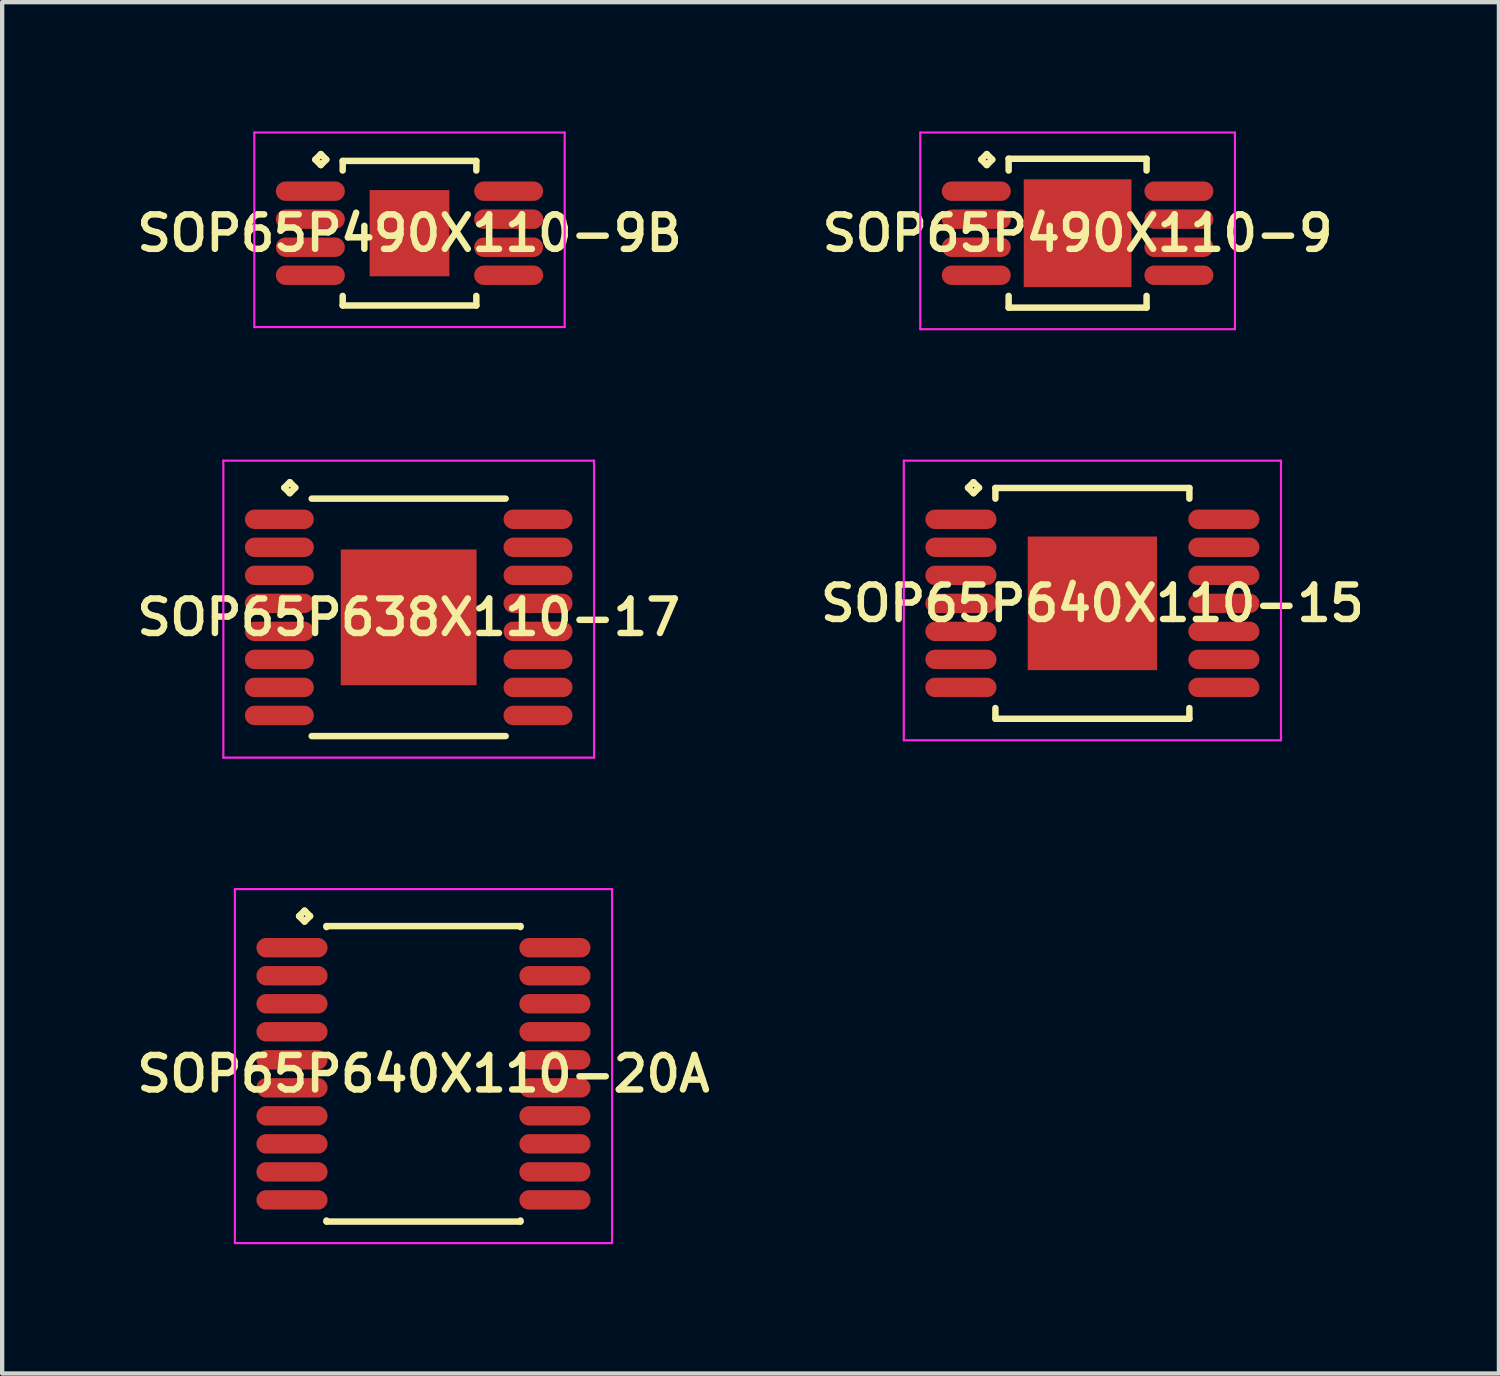
<source format=kicad_pcb>
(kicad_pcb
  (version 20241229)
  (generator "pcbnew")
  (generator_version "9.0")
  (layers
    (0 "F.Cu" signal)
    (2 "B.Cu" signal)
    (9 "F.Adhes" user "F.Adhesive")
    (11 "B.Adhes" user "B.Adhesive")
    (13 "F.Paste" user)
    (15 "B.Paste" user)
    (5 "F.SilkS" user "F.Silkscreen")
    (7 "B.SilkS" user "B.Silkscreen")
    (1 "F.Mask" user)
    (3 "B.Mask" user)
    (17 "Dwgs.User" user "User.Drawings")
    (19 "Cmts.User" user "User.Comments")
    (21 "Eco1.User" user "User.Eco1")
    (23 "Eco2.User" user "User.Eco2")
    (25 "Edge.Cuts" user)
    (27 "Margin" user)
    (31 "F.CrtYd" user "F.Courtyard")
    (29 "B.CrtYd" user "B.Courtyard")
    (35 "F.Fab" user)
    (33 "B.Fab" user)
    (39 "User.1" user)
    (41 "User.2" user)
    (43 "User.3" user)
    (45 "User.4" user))
  (footprint "SOP65P640X110-20A"
    (layer "F.Cu")
    (at 6.774 21.861)
    (property "Reference" "SOP65P640X110-20A" (at 0 0 0) (layer "F.SilkS") (effects (font (size 0.8 0.8) (thickness 0.15))))
    (attr smd)
    (fp_line (start -2.885 -3.658) (end -2.758 -3.785) (stroke (width 0.15) (type solid)) (layer "F.SilkS"))
    (fp_line (start -2.758 -3.785) (end -2.631 -3.658) (stroke (width 0.15) (type solid)) (layer "F.SilkS"))
    (fp_line (start -2.758 -3.531) (end -2.885 -3.658) (stroke (width 0.15) (type solid)) (layer "F.SilkS"))
    (fp_line (start -2.631 -3.658) (end -2.758 -3.531) (stroke (width 0.15) (type solid)) (layer "F.SilkS"))
    (fp_line (start -2.25 -3.427) (end 2.25 -3.427) (stroke (width 0.15) (type solid)) (layer "F.SilkS"))
    (fp_line (start -2.25 -3.404) (end -2.25 -3.427) (stroke (width 0.15) (type solid)) (layer "F.SilkS"))
    (fp_line (start -2.25 3.404) (end -2.25 3.427) (stroke (width 0.15) (type solid)) (layer "F.SilkS"))
    (fp_line (start -2.25 3.427) (end 2.25 3.427) (stroke (width 0.15) (type solid)) (layer "F.SilkS"))
    (fp_line (start 2.25 -3.427) (end 2.25 -3.404) (stroke (width 0.15) (type solid)) (layer "F.SilkS"))
    (fp_line (start 2.25 3.427) (end 2.25 3.404) (stroke (width 0.15) (type solid)) (layer "F.SilkS"))
    (fp_line (start -4.375 -4.285) (end 4.375 -4.285) (stroke (width 0.05) (type solid)) (layer "F.CrtYd"))
    (fp_line (start -4.375 3.927) (end -4.375 -4.285) (stroke (width 0.05) (type solid)) (layer "F.CrtYd"))
    (fp_line (start 4.375 -4.285) (end 4.375 3.927) (stroke (width 0.05) (type solid)) (layer "F.CrtYd"))
    (fp_line (start 4.375 3.927) (end -4.375 3.927) (stroke (width 0.05) (type solid)) (layer "F.CrtYd"))
    (pad "1" smd oval (at -3.05 -2.925) (size 1.65 0.45) (layers "F.Cu" "F.Mask" "F.Paste"))
    (pad "2" smd oval (at -3.05 -2.275) (size 1.65 0.45) (layers "F.Cu" "F.Mask" "F.Paste"))
    (pad "3" smd oval (at -3.05 -1.625) (size 1.65 0.45) (layers "F.Cu" "F.Mask" "F.Paste"))
    (pad "4" smd oval (at -3.05 -0.975) (size 1.65 0.45) (layers "F.Cu" "F.Mask" "F.Paste"))
    (pad "5" smd oval (at -3.05 -0.325) (size 1.65 0.45) (layers "F.Cu" "F.Mask" "F.Paste"))
    (pad "6" smd oval (at -3.05 0.325) (size 1.65 0.45) (layers "F.Cu" "F.Mask" "F.Paste"))
    (pad "7" smd oval (at -3.05 0.975) (size 1.65 0.45) (layers "F.Cu" "F.Mask" "F.Paste"))
    (pad "8" smd oval (at -3.05 1.625) (size 1.65 0.45) (layers "F.Cu" "F.Mask" "F.Paste"))
    (pad "9" smd oval (at -3.05 2.275) (size 1.65 0.45) (layers "F.Cu" "F.Mask" "F.Paste"))
    (pad "10" smd oval (at -3.05 2.925) (size 1.65 0.45) (layers "F.Cu" "F.Mask" "F.Paste"))
    (pad "11" smd oval (at 3.05 2.925) (size 1.65 0.45) (layers "F.Cu" "F.Mask" "F.Paste"))
    (pad "12" smd oval (at 3.05 2.275) (size 1.65 0.45) (layers "F.Cu" "F.Mask" "F.Paste"))
    (pad "13" smd oval (at 3.05 1.625) (size 1.65 0.45) (layers "F.Cu" "F.Mask" "F.Paste"))
    (pad "14" smd oval (at 3.05 0.975) (size 1.65 0.45) (layers "F.Cu" "F.Mask" "F.Paste"))
    (pad "15" smd oval (at 3.05 0.325) (size 1.65 0.45) (layers "F.Cu" "F.Mask" "F.Paste"))
    (pad "16" smd oval (at 3.05 -0.325) (size 1.65 0.45) (layers "F.Cu" "F.Mask" "F.Paste"))
    (pad "17" smd oval (at 3.05 -0.975) (size 1.65 0.45) (layers "F.Cu" "F.Mask" "F.Paste"))
    (pad "18" smd oval (at 3.05 -1.625) (size 1.65 0.45) (layers "F.Cu" "F.Mask" "F.Paste"))
    (pad "19" smd oval (at 3.05 -2.275) (size 1.65 0.45) (layers "F.Cu" "F.Mask" "F.Paste"))
    (pad "20" smd oval (at 3.05 -2.925) (size 1.65 0.45) (layers "F.Cu" "F.Mask" "F.Paste")))
  (footprint "SOP65P640X110-15"
    (layer "F.Cu")
    (at 22.292 10.947)
    (property "Reference" "SOP65P640X110-15" (at 0 0 0) (layer "F.SilkS") (effects (font (size 0.8 0.8) (thickness 0.15))))
    (attr smd)
    (fp_line (start -2.885 -2.683) (end -2.758 -2.81) (stroke (width 0.15) (type solid)) (layer "F.SilkS"))
    (fp_line (start -2.758 -2.81) (end -2.631 -2.683) (stroke (width 0.15) (type solid)) (layer "F.SilkS"))
    (fp_line (start -2.758 -2.556) (end -2.885 -2.683) (stroke (width 0.15) (type solid)) (layer "F.SilkS"))
    (fp_line (start -2.631 -2.683) (end -2.758 -2.556) (stroke (width 0.15) (type solid)) (layer "F.SilkS"))
    (fp_line (start -2.25 -2.677) (end 2.25 -2.677) (stroke (width 0.15) (type solid)) (layer "F.SilkS"))
    (fp_line (start -2.25 -2.429) (end -2.25 -2.677) (stroke (width 0.15) (type solid)) (layer "F.SilkS"))
    (fp_line (start -2.25 2.429) (end -2.25 2.677) (stroke (width 0.15) (type solid)) (layer "F.SilkS"))
    (fp_line (start -2.25 2.677) (end 2.25 2.677) (stroke (width 0.15) (type solid)) (layer "F.SilkS"))
    (fp_line (start 2.25 -2.677) (end 2.25 -2.429) (stroke (width 0.15) (type solid)) (layer "F.SilkS"))
    (fp_line (start 2.25 2.677) (end 2.25 2.429) (stroke (width 0.15) (type solid)) (layer "F.SilkS"))
    (fp_line (start -4.375 -3.31) (end 4.375 -3.31) (stroke (width 0.05) (type solid)) (layer "F.CrtYd"))
    (fp_line (start -4.375 3.177) (end -4.375 -3.31) (stroke (width 0.05) (type solid)) (layer "F.CrtYd"))
    (fp_line (start 4.375 -3.31) (end 4.375 3.177) (stroke (width 0.05) (type solid)) (layer "F.CrtYd"))
    (fp_line (start 4.375 3.177) (end -4.375 3.177) (stroke (width 0.05) (type solid)) (layer "F.CrtYd"))
    (pad "1" smd oval (at -3.05 -1.95) (size 1.65 0.45) (layers "F.Cu" "F.Mask" "F.Paste"))
    (pad "2" smd oval (at -3.05 -1.3) (size 1.65 0.45) (layers "F.Cu" "F.Mask" "F.Paste"))
    (pad "3" smd oval (at -3.05 -0.65) (size 1.65 0.45) (layers "F.Cu" "F.Mask" "F.Paste"))
    (pad "4" smd oval (at -3.05 0) (size 1.65 0.45) (layers "F.Cu" "F.Mask" "F.Paste"))
    (pad "5" smd oval (at -3.05 0.65) (size 1.65 0.45) (layers "F.Cu" "F.Mask" "F.Paste"))
    (pad "6" smd oval (at -3.05 1.3) (size 1.65 0.45) (layers "F.Cu" "F.Mask" "F.Paste"))
    (pad "7" smd oval (at -3.05 1.95) (size 1.65 0.45) (layers "F.Cu" "F.Mask" "F.Paste"))
    (pad "8" smd oval (at 3.05 1.95) (size 1.65 0.45) (layers "F.Cu" "F.Mask" "F.Paste"))
    (pad "9" smd oval (at 3.05 1.3) (size 1.65 0.45) (layers "F.Cu" "F.Mask" "F.Paste"))
    (pad "10" smd oval (at 3.05 0.65) (size 1.65 0.45) (layers "F.Cu" "F.Mask" "F.Paste"))
    (pad "11" smd oval (at 3.05 0) (size 1.65 0.45) (layers "F.Cu" "F.Mask" "F.Paste"))
    (pad "12" smd oval (at 3.05 -0.65) (size 1.65 0.45) (layers "F.Cu" "F.Mask" "F.Paste"))
    (pad "13" smd oval (at 3.05 -1.3) (size 1.65 0.45) (layers "F.Cu" "F.Mask" "F.Paste"))
    (pad "14" smd oval (at 3.05 -1.95) (size 1.65 0.45) (layers "F.Cu" "F.Mask" "F.Paste"))
    (pad "15" smd rect (at 0 0) (size 3 3.1) (layers "F.Cu" "F.Mask" "F.Paste")))
  (footprint "SOP65P638X110-17"
    (layer "F.Cu")
    (at 6.431 11.272)
    (property "Reference" "SOP65P638X110-17" (at 0 0 0) (layer "F.SilkS") (effects (font (size 0.8 0.8) (thickness 0.15))))
    (attr smd)
    (fp_line (start -2.885 -3.008) (end -2.758 -3.135) (stroke (width 0.15) (type solid)) (layer "F.SilkS"))
    (fp_line (start -2.758 -3.135) (end -2.631 -3.008) (stroke (width 0.15) (type solid)) (layer "F.SilkS"))
    (fp_line (start -2.758 -2.881) (end -2.885 -3.008) (stroke (width 0.15) (type solid)) (layer "F.SilkS"))
    (fp_line (start -2.631 -3.008) (end -2.758 -2.881) (stroke (width 0.15) (type solid)) (layer "F.SilkS"))
    (fp_line (start -2.25 -2.754) (end 2.25 -2.754) (stroke (width 0.15) (type solid)) (layer "F.SilkS"))
    (fp_line (start -2.25 2.754) (end 2.25 2.754) (stroke (width 0.15) (type solid)) (layer "F.SilkS"))
    (fp_line (start -4.3 -3.635) (end 4.3 -3.635) (stroke (width 0.05) (type solid)) (layer "F.CrtYd"))
    (fp_line (start -4.3 3.254) (end -4.3 -3.635) (stroke (width 0.05) (type solid)) (layer "F.CrtYd"))
    (fp_line (start 4.3 -3.635) (end 4.3 3.254) (stroke (width 0.05) (type solid)) (layer "F.CrtYd"))
    (fp_line (start 4.3 3.254) (end -4.3 3.254) (stroke (width 0.05) (type solid)) (layer "F.CrtYd"))
    (pad "1" smd oval (at -3 -2.275) (size 1.6 0.45) (layers "F.Cu" "F.Mask" "F.Paste"))
    (pad "2" smd oval (at -3 -1.625) (size 1.6 0.45) (layers "F.Cu" "F.Mask" "F.Paste"))
    (pad "3" smd oval (at -3 -0.975) (size 1.6 0.45) (layers "F.Cu" "F.Mask" "F.Paste"))
    (pad "4" smd oval (at -3 -0.325) (size 1.6 0.45) (layers "F.Cu" "F.Mask" "F.Paste"))
    (pad "5" smd oval (at -3 0.325) (size 1.6 0.45) (layers "F.Cu" "F.Mask" "F.Paste"))
    (pad "6" smd oval (at -3 0.975) (size 1.6 0.45) (layers "F.Cu" "F.Mask" "F.Paste"))
    (pad "7" smd oval (at -3 1.625) (size 1.6 0.45) (layers "F.Cu" "F.Mask" "F.Paste"))
    (pad "8" smd oval (at -3 2.275) (size 1.6 0.45) (layers "F.Cu" "F.Mask" "F.Paste"))
    (pad "9" smd oval (at 3 2.275) (size 1.6 0.45) (layers "F.Cu" "F.Mask" "F.Paste"))
    (pad "10" smd oval (at 3 1.625) (size 1.6 0.45) (layers "F.Cu" "F.Mask" "F.Paste"))
    (pad "11" smd oval (at 3 0.975) (size 1.6 0.45) (layers "F.Cu" "F.Mask" "F.Paste"))
    (pad "12" smd oval (at 3 0.325) (size 1.6 0.45) (layers "F.Cu" "F.Mask" "F.Paste"))
    (pad "13" smd oval (at 3 -0.325) (size 1.6 0.45) (layers "F.Cu" "F.Mask" "F.Paste"))
    (pad "14" smd oval (at 3 -0.975) (size 1.6 0.45) (layers "F.Cu" "F.Mask" "F.Paste"))
    (pad "15" smd oval (at 3 -1.625) (size 1.6 0.45) (layers "F.Cu" "F.Mask" "F.Paste"))
    (pad "16" smd oval (at 3 -2.275) (size 1.6 0.45) (layers "F.Cu" "F.Mask" "F.Paste"))
    (pad "17" smd rect (at 0 0) (size 3.15 3.15) (layers "F.Cu" "F.Mask" "F.Paste")))
  (footprint "SOP65P490X110-9B"
    (layer "F.Cu")
    (at 6.45 2.36)
    (property "Reference" "SOP65P490X110-9B" (at 0 0 0) (layer "F.SilkS") (effects (font (size 0.8 0.8) (thickness 0.15))))
    (attr smd)
    (fp_line (start -2.185 -1.708) (end -2.058 -1.835) (stroke (width 0.15) (type solid)) (layer "F.SilkS"))
    (fp_line (start -2.058 -1.835) (end -1.931 -1.708) (stroke (width 0.15) (type solid)) (layer "F.SilkS"))
    (fp_line (start -2.058 -1.581) (end -2.185 -1.708) (stroke (width 0.15) (type solid)) (layer "F.SilkS"))
    (fp_line (start -1.931 -1.708) (end -2.058 -1.581) (stroke (width 0.15) (type solid)) (layer "F.SilkS"))
    (fp_line (start -1.55 -1.677) (end 1.55 -1.677) (stroke (width 0.15) (type solid)) (layer "F.SilkS"))
    (fp_line (start -1.55 -1.454) (end -1.55 -1.677) (stroke (width 0.15) (type solid)) (layer "F.SilkS"))
    (fp_line (start -1.55 1.454) (end -1.55 1.677) (stroke (width 0.15) (type solid)) (layer "F.SilkS"))
    (fp_line (start -1.55 1.677) (end 1.55 1.677) (stroke (width 0.15) (type solid)) (layer "F.SilkS"))
    (fp_line (start 1.55 -1.677) (end 1.55 -1.454) (stroke (width 0.15) (type solid)) (layer "F.SilkS"))
    (fp_line (start 1.55 1.677) (end 1.55 1.454) (stroke (width 0.15) (type solid)) (layer "F.SilkS"))
    (fp_line (start -3.6 -2.335) (end 3.6 -2.335) (stroke (width 0.05) (type solid)) (layer "F.CrtYd"))
    (fp_line (start -3.6 2.177) (end -3.6 -2.335) (stroke (width 0.05) (type solid)) (layer "F.CrtYd"))
    (fp_line (start 3.6 -2.335) (end 3.6 2.177) (stroke (width 0.05) (type solid)) (layer "F.CrtYd"))
    (fp_line (start 3.6 2.177) (end -3.6 2.177) (stroke (width 0.05) (type solid)) (layer "F.CrtYd"))
    (pad "1" smd oval (at -2.3 -0.975) (size 1.6 0.45) (layers "F.Cu" "F.Mask" "F.Paste"))
    (pad "2" smd oval (at -2.3 -0.325) (size 1.6 0.45) (layers "F.Cu" "F.Mask" "F.Paste"))
    (pad "3" smd oval (at -2.3 0.325) (size 1.6 0.45) (layers "F.Cu" "F.Mask" "F.Paste"))
    (pad "4" smd oval (at -2.3 0.975) (size 1.6 0.45) (layers "F.Cu" "F.Mask" "F.Paste"))
    (pad "5" smd oval (at 2.3 0.975) (size 1.6 0.45) (layers "F.Cu" "F.Mask" "F.Paste"))
    (pad "6" smd oval (at 2.3 0.325) (size 1.6 0.45) (layers "F.Cu" "F.Mask" "F.Paste"))
    (pad "7" smd oval (at 2.3 -0.325) (size 1.6 0.45) (layers "F.Cu" "F.Mask" "F.Paste"))
    (pad "8" smd oval (at 2.3 -0.975) (size 1.6 0.45) (layers "F.Cu" "F.Mask" "F.Paste"))
    (pad "9" smd rect (at 0 0) (size 1.85 2) (layers "F.Cu" "F.Mask" "F.Paste")))
  (footprint "SOP65P490X110-9"
    (layer "F.Cu")
    (at 21.949 2.36)
    (property "Reference" "SOP65P490X110-9" (at 0 0 0) (layer "F.SilkS") (effects (font (size 0.8 0.8) (thickness 0.15))))
    (attr smd)
    (fp_line (start -2.235 -1.708) (end -2.108 -1.835) (stroke (width 0.15) (type solid)) (layer "F.SilkS"))
    (fp_line (start -2.108 -1.835) (end -1.981 -1.708) (stroke (width 0.15) (type solid)) (layer "F.SilkS"))
    (fp_line (start -2.108 -1.581) (end -2.235 -1.708) (stroke (width 0.15) (type solid)) (layer "F.SilkS"))
    (fp_line (start -1.981 -1.708) (end -2.108 -1.581) (stroke (width 0.15) (type solid)) (layer "F.SilkS"))
    (fp_line (start -1.6 -1.727) (end 1.6 -1.727) (stroke (width 0.15) (type solid)) (layer "F.SilkS"))
    (fp_line (start -1.6 -1.454) (end -1.6 -1.727) (stroke (width 0.15) (type solid)) (layer "F.SilkS"))
    (fp_line (start -1.6 1.454) (end -1.6 1.727) (stroke (width 0.15) (type solid)) (layer "F.SilkS"))
    (fp_line (start -1.6 1.727) (end 1.6 1.727) (stroke (width 0.15) (type solid)) (layer "F.SilkS"))
    (fp_line (start 1.6 -1.727) (end 1.6 -1.454) (stroke (width 0.15) (type solid)) (layer "F.SilkS"))
    (fp_line (start 1.6 1.727) (end 1.6 1.454) (stroke (width 0.15) (type solid)) (layer "F.SilkS"))
    (fp_line (start -3.65 -2.335) (end 3.65 -2.335) (stroke (width 0.05) (type solid)) (layer "F.CrtYd"))
    (fp_line (start -3.65 2.227) (end -3.65 -2.335) (stroke (width 0.05) (type solid)) (layer "F.CrtYd"))
    (fp_line (start 3.65 -2.335) (end 3.65 2.227) (stroke (width 0.05) (type solid)) (layer "F.CrtYd"))
    (fp_line (start 3.65 2.227) (end -3.65 2.227) (stroke (width 0.05) (type solid)) (layer "F.CrtYd"))
    (pad "1" smd oval (at -2.35 -0.975) (size 1.6 0.45) (layers "F.Cu" "F.Mask" "F.Paste"))
    (pad "2" smd oval (at -2.35 -0.325) (size 1.6 0.45) (layers "F.Cu" "F.Mask" "F.Paste"))
    (pad "3" smd oval (at -2.35 0.325) (size 1.6 0.45) (layers "F.Cu" "F.Mask" "F.Paste"))
    (pad "4" smd oval (at -2.35 0.975) (size 1.6 0.45) (layers "F.Cu" "F.Mask" "F.Paste"))
    (pad "5" smd oval (at 2.35 0.975) (size 1.6 0.45) (layers "F.Cu" "F.Mask" "F.Paste"))
    (pad "6" smd oval (at 2.35 0.325) (size 1.6 0.45) (layers "F.Cu" "F.Mask" "F.Paste"))
    (pad "7" smd oval (at 2.35 -0.325) (size 1.6 0.45) (layers "F.Cu" "F.Mask" "F.Paste"))
    (pad "8" smd oval (at 2.35 -0.975) (size 1.6 0.45) (layers "F.Cu" "F.Mask" "F.Paste"))
    (pad "9" smd rect (at 0 0) (size 2.5 2.5) (layers "F.Cu" "F.Mask" "F.Paste")))
  (gr_rect
    (start -3 -3)
    (end 31.723 28.813)
    (stroke (width 0.1) (type default))
    (fill no)
    (layer "Edge.Cuts")))
</source>
